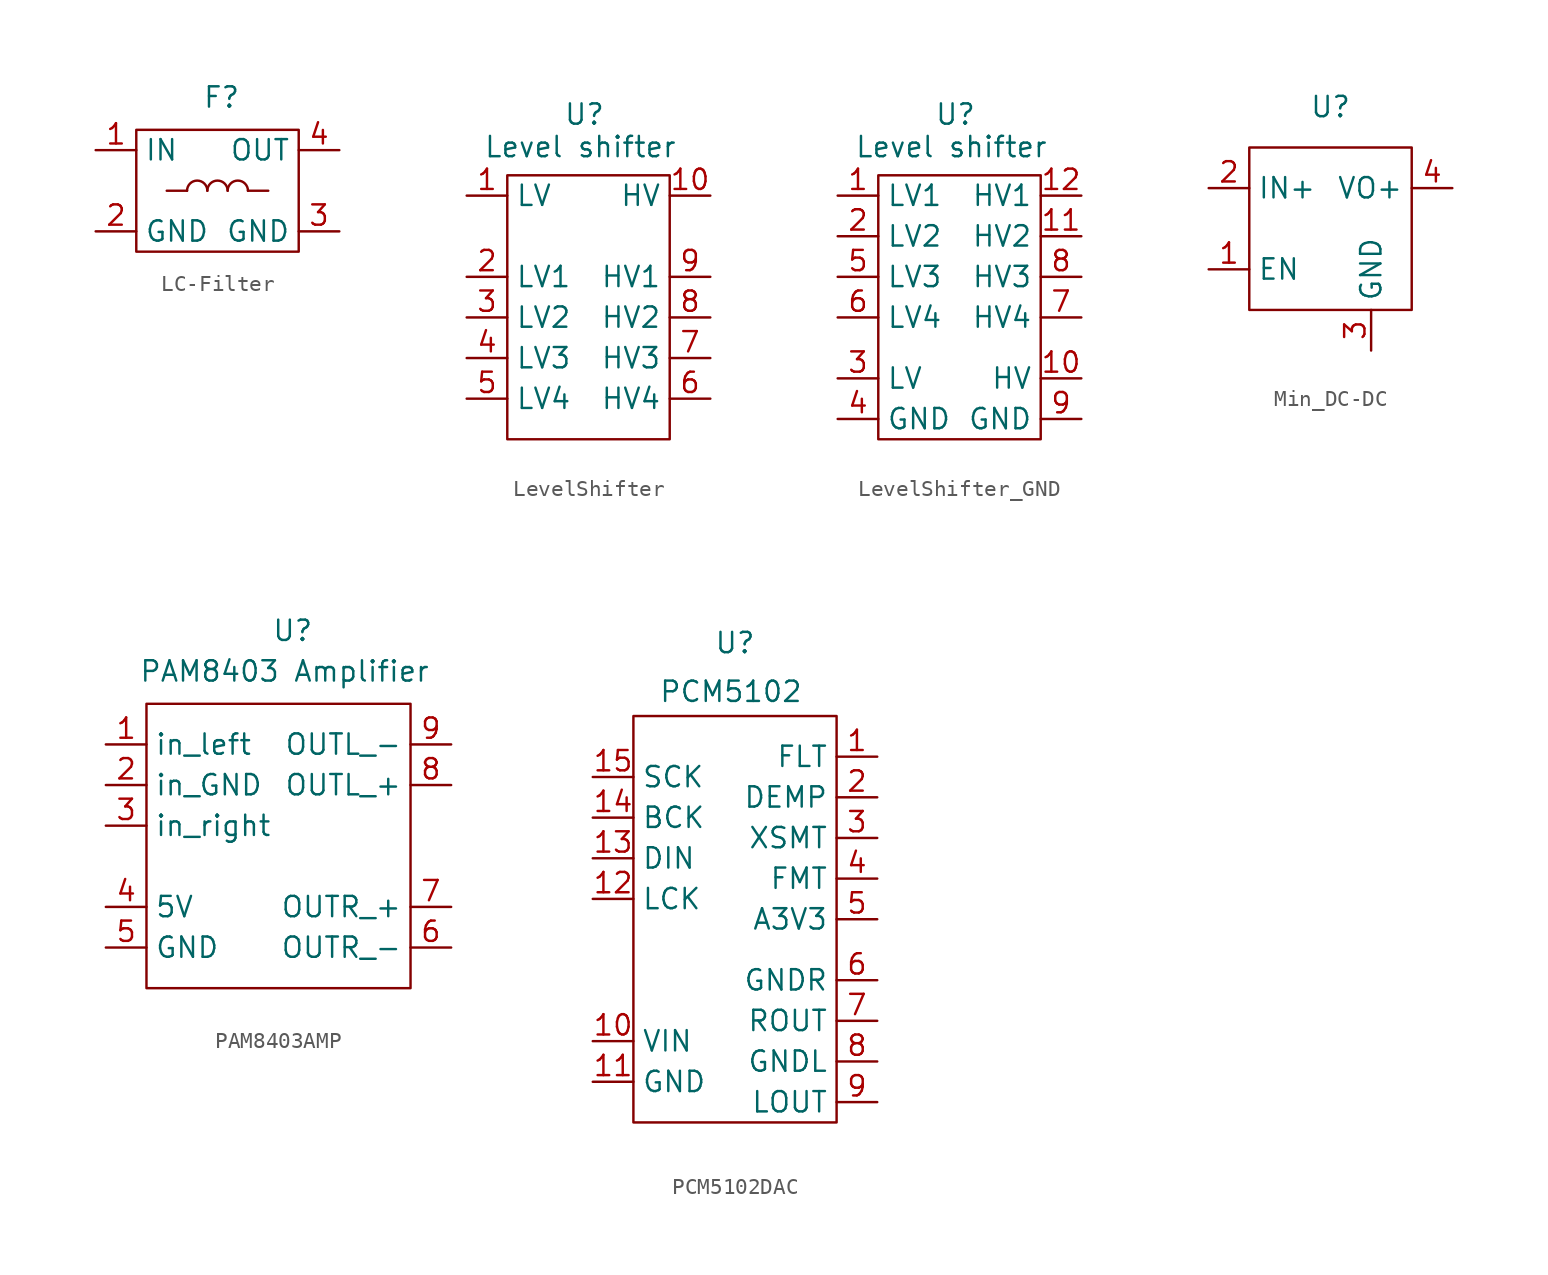
<source format=kicad_sym>
(kicad_symbol_lib
  (version 20231120)
  (generator "kicad_symbol_editor")
  (generator_version "8.0")
  (symbol "LC-Filter"
    (property "Reference" "F"
      (at 0.254 2.032 0)
      (effects (font (size 1.27 1.27))))
    (property "Value" ""
      (at 0 0 0)
      (effects (font (size 1.27 1.27))))
    (symbol "LC-Filter_0_1"
      (rectangle (start -5.08 0) (end 5.08 -7.62) (stroke (width 0) (type default)) (fill (type none)))
      (arc (start -0.635 -3.81) (mid -1.27 -3.175) (end -1.905 -3.81) (stroke (width 0) (type default)) (fill (type none)))
      (polyline (pts (xy -1.905 -3.81) (xy -3.175 -3.81)) (stroke (width 0) (type default)) (fill (type none)))
      (polyline (pts (xy 3.175 -3.81) (xy 1.905 -3.81)) (stroke (width 0) (type default)) (fill (type none)))
      (arc (start 0.635 -3.81) (mid 0 -3.175) (end -0.635 -3.81) (stroke (width 0) (type default)) (fill (type none)))
      (arc (start 1.905 -3.81) (mid 1.27 -3.175) (end 0.635 -3.81) (stroke (width 0) (type default)) (fill (type none))))
    (symbol "LC-Filter_1_1"
      (pin power_in line (at -7.62 -1.27 0) (length 2.54) (name "IN" (effects (font (size 1.27 1.27)))) (number "1" (effects (font (size 1.27 1.27)))))
      (pin power_in line (at -7.62 -6.35 0) (length 2.54) (name "GND" (effects (font (size 1.27 1.27)))) (number "2" (effects (font (size 1.27 1.27)))))
      (pin power_in line (at 7.62 -6.35 180) (length 2.54) (name "GND" (effects (font (size 1.27 1.27)))) (number "3" (effects (font (size 1.27 1.27)))))
      (pin power_out line (at 7.62 -1.27 180) (length 2.54) (name "OUT" (effects (font (size 1.27 1.27)))) (number "4" (effects (font (size 1.27 1.27)))))))
  (symbol "LevelShifter"
    (property "Reference" "U"
      (at -0.254 5.08 0)
      (effects (font (size 1.27 1.27))))
    (property "Value" "Level shifter"
      (at -0.508 3.048 0)
      (effects (font (size 1.27 1.27))))
    (symbol "LevelShifter_0_1"
      (rectangle (start -5.08 1.27) (end 5.08 -15.24) (stroke (width 0) (type default)) (fill (type none))))
    (symbol "LevelShifter_1_1"
      (pin power_in line (at -7.62 0 0) (length 2.54) (name "LV" (effects (font (size 1.27 1.27)))) (number "1" (effects (font (size 1.27 1.27)))))
      (pin power_in line (at 7.62 0 180) (length 2.54) (name "HV" (effects (font (size 1.27 1.27)))) (number "10" (effects (font (size 1.27 1.27)))))
      (pin bidirectional line (at -7.62 -5.08 0) (length 2.54) (name "LV1" (effects (font (size 1.27 1.27)))) (number "2" (effects (font (size 1.27 1.27)))))
      (pin bidirectional line (at -7.62 -7.62 0) (length 2.54) (name "LV2" (effects (font (size 1.27 1.27)))) (number "3" (effects (font (size 1.27 1.27)))))
      (pin bidirectional line (at -7.62 -10.16 0) (length 2.54) (name "LV3" (effects (font (size 1.27 1.27)))) (number "4" (effects (font (size 1.27 1.27)))))
      (pin bidirectional line (at -7.62 -12.7 0) (length 2.54) (name "LV4" (effects (font (size 1.27 1.27)))) (number "5" (effects (font (size 1.27 1.27)))))
      (pin bidirectional line (at 7.62 -12.7 180) (length 2.54) (name "HV4" (effects (font (size 1.27 1.27)))) (number "6" (effects (font (size 1.27 1.27)))))
      (pin bidirectional line (at 7.62 -10.16 180) (length 2.54) (name "HV3" (effects (font (size 1.27 1.27)))) (number "7" (effects (font (size 1.27 1.27)))))
      (pin bidirectional line (at 7.62 -7.62 180) (length 2.54) (name "HV2" (effects (font (size 1.27 1.27)))) (number "8" (effects (font (size 1.27 1.27)))))
      (pin bidirectional line (at 7.62 -5.08 180) (length 2.54) (name "HV1" (effects (font (size 1.27 1.27)))) (number "9" (effects (font (size 1.27 1.27)))))))
  (symbol "LevelShifter_GND"
    (property "Reference" "U"
      (at -0.254 5.08 0)
      (effects (font (size 1.27 1.27))))
    (property "Value" "Level shifter"
      (at -0.508 3.048 0)
      (effects (font (size 1.27 1.27))))
    (symbol "LevelShifter_GND_0_1"
      (rectangle (start -5.08 1.27) (end 5.08 -15.24) (stroke (width 0) (type default)) (fill (type none))))
    (symbol "LevelShifter_GND_1_1"
      (pin bidirectional line (at -7.62 0 0) (length 2.54) (name "LV1" (effects (font (size 1.27 1.27)))) (number "1" (effects (font (size 1.27 1.27)))))
      (pin power_in line (at 7.62 -11.43 180) (length 2.54) (name "HV" (effects (font (size 1.27 1.27)))) (number "10" (effects (font (size 1.27 1.27)))))
      (pin bidirectional line (at 7.62 -2.54 180) (length 2.54) (name "HV2" (effects (font (size 1.27 1.27)))) (number "11" (effects (font (size 1.27 1.27)))))
      (pin bidirectional line (at 7.62 0 180) (length 2.54) (name "HV1" (effects (font (size 1.27 1.27)))) (number "12" (effects (font (size 1.27 1.27)))))
      (pin bidirectional line (at -7.62 -2.54 0) (length 2.54) (name "LV2" (effects (font (size 1.27 1.27)))) (number "2" (effects (font (size 1.27 1.27)))))
      (pin power_in line (at -7.62 -11.43 0) (length 2.54) (name "LV" (effects (font (size 1.27 1.27)))) (number "3" (effects (font (size 1.27 1.27)))))
      (pin power_in line (at -7.62 -13.97 0) (length 2.54) (name "GND" (effects (font (size 1.27 1.27)))) (number "4" (effects (font (size 1.27 1.27)))))
      (pin bidirectional line (at -7.62 -5.08 0) (length 2.54) (name "LV3" (effects (font (size 1.27 1.27)))) (number "5" (effects (font (size 1.27 1.27)))))
      (pin bidirectional line (at -7.62 -7.62 0) (length 2.54) (name "LV4" (effects (font (size 1.27 1.27)))) (number "6" (effects (font (size 1.27 1.27)))))
      (pin bidirectional line (at 7.62 -7.62 180) (length 2.54) (name "HV4" (effects (font (size 1.27 1.27)))) (number "7" (effects (font (size 1.27 1.27)))))
      (pin bidirectional line (at 7.62 -5.08 180) (length 2.54) (name "HV3" (effects (font (size 1.27 1.27)))) (number "8" (effects (font (size 1.27 1.27)))))
      (pin power_in line (at 7.62 -13.97 180) (length 2.54) (name "GND" (effects (font (size 1.27 1.27)))) (number "9" (effects (font (size 1.27 1.27)))))))
  (symbol "Min_DC-DC"
    (property "Reference" "U"
      (at 0 0 0)
      (effects (font (size 1.27 1.27))))
    (property "Value" ""
      (at 0 0 0)
      (effects (font (size 1.27 1.27))))
    (symbol "Min_DC-DC_0_1"
      (rectangle (start -5.08 -2.54) (end 5.08 -12.7) (stroke (width 0) (type default)) (fill (type none))))
    (symbol "Min_DC-DC_1_1"
      (pin input line (at -7.62 -10.16 0) (length 2.54) (name "EN" (effects (font (size 1.27 1.27)))) (number "1" (effects (font (size 1.27 1.27)))))
      (pin power_in line (at -7.62 -5.08 0) (length 2.54) (name "IN+" (effects (font (size 1.27 1.27)))) (number "2" (effects (font (size 1.27 1.27)))))
      (pin power_in line (at 2.54 -15.24 90) (length 2.54) (name "GND" (effects (font (size 1.27 1.27)))) (number "3" (effects (font (size 1.27 1.27)))))
      (pin power_out line (at 7.62 -5.08 180) (length 2.54) (name "VO+" (effects (font (size 1.27 1.27)))) (number "4" (effects (font (size 1.27 1.27)))))))
  (symbol "PAM8403AMP"
    (property "Reference" "U"
      (at 0.254 7.112 0)
      (effects (font (size 1.27 1.27))))
    (property "Value" "PAM8403 Amplifier"
      (at -0.254 4.572 0)
      (effects (font (size 1.27 1.27))))
    (symbol "PAM8403AMP_0_1"
      (rectangle (start -8.89 2.54) (end 7.62 -15.24) (stroke (width 0) (type default)) (fill (type none))))
    (symbol "PAM8403AMP_1_1"
      (pin input line (at -11.43 0 0) (length 2.54) (name "in_left" (effects (font (size 1.27 1.27)))) (number "1" (effects (font (size 1.27 1.27)))))
      (pin input line (at -11.43 -2.54 0) (length 2.54) (name "in_GND" (effects (font (size 1.27 1.27)))) (number "2" (effects (font (size 1.27 1.27)))))
      (pin input line (at -11.43 -5.08 0) (length 2.54) (name "in_right" (effects (font (size 1.27 1.27)))) (number "3" (effects (font (size 1.27 1.27)))))
      (pin power_in line (at -11.43 -10.16 0) (length 2.54) (name "5V" (effects (font (size 1.27 1.27)))) (number "4" (effects (font (size 1.27 1.27)))))
      (pin power_in line (at -11.43 -12.7 0) (length 2.54) (name "GND" (effects (font (size 1.27 1.27)))) (number "5" (effects (font (size 1.27 1.27)))))
      (pin output line (at 10.16 -12.7 180) (length 2.54) (name "OUTR_-" (effects (font (size 1.27 1.27)))) (number "6" (effects (font (size 1.27 1.27)))))
      (pin output line (at 10.16 -10.16 180) (length 2.54) (name "OUTR_+" (effects (font (size 1.27 1.27)))) (number "7" (effects (font (size 1.27 1.27)))))
      (pin output line (at 10.16 -2.54 180) (length 2.54) (name "OUTL_+" (effects (font (size 1.27 1.27)))) (number "8" (effects (font (size 1.27 1.27)))))
      (pin output line (at 10.16 0 180) (length 2.54) (name "OUTL_-" (effects (font (size 1.27 1.27)))) (number "9" (effects (font (size 1.27 1.27)))))))
  (symbol "PCM5102DAC"
    (property "Reference" "U"
      (at 0 5.842 0)
      (effects (font (size 1.27 1.27))))
    (property "Value" "PCM5102"
      (at -0.254 2.794 0)
      (effects (font (size 1.27 1.27))))
    (symbol "PCM5102DAC_0_1"
      (rectangle (start -6.35 1.27) (end 6.35 -24.13) (stroke (width 0) (type default)) (fill (type none))))
    (symbol "PCM5102DAC_1_1"
      (pin input line (at 8.89 -1.27 180) (length 2.54) (name "FLT" (effects (font (size 1.27 1.27)))) (number "1" (effects (font (size 1.27 1.27)))))
      (pin power_in line (at -8.89 -19.05 0) (length 2.54) (name "VIN" (effects (font (size 1.27 1.27)))) (number "10" (effects (font (size 1.27 1.27)))))
      (pin power_in line (at -8.89 -21.59 0) (length 2.54) (name "GND" (effects (font (size 1.27 1.27)))) (number "11" (effects (font (size 1.27 1.27)))))
      (pin input line (at -8.89 -10.16 0) (length 2.54) (name "LCK" (effects (font (size 1.27 1.27)))) (number "12" (effects (font (size 1.27 1.27)))))
      (pin input line (at -8.89 -7.62 0) (length 2.54) (name "DIN" (effects (font (size 1.27 1.27)))) (number "13" (effects (font (size 1.27 1.27)))))
      (pin input line (at -8.89 -5.08 0) (length 2.54) (name "BCK" (effects (font (size 1.27 1.27)))) (number "14" (effects (font (size 1.27 1.27)))))
      (pin input line (at -8.89 -2.54 0) (length 2.54) (name "SCK" (effects (font (size 1.27 1.27)))) (number "15" (effects (font (size 1.27 1.27)))))
      (pin input line (at 8.89 -3.81 180) (length 2.54) (name "DEMP" (effects (font (size 1.27 1.27)))) (number "2" (effects (font (size 1.27 1.27)))))
      (pin input line (at 8.89 -6.35 180) (length 2.54) (name "XSMT" (effects (font (size 1.27 1.27)))) (number "3" (effects (font (size 1.27 1.27)))))
      (pin input line (at 8.89 -8.89 180) (length 2.54) (name "FMT" (effects (font (size 1.27 1.27)))) (number "4" (effects (font (size 1.27 1.27)))))
      (pin input line (at 8.89 -11.43 180) (length 2.54) (name "A3V3" (effects (font (size 1.27 1.27)))) (number "5" (effects (font (size 1.27 1.27)))))
      (pin output line (at 8.89 -15.24 180) (length 2.54) (name "GNDR" (effects (font (size 1.27 1.27)))) (number "6" (effects (font (size 1.27 1.27)))))
      (pin output line (at 8.89 -17.78 180) (length 2.54) (name "ROUT" (effects (font (size 1.27 1.27)))) (number "7" (effects (font (size 1.27 1.27)))))
      (pin output line (at 8.89 -20.32 180) (length 2.54) (name "GNDL" (effects (font (size 1.27 1.27)))) (number "8" (effects (font (size 1.27 1.27)))))
      (pin output line (at 8.89 -22.86 180) (length 2.54) (name "LOUT" (effects (font (size 1.27 1.27)))) (number "9" (effects (font (size 1.27 1.27))))))))
</source>
